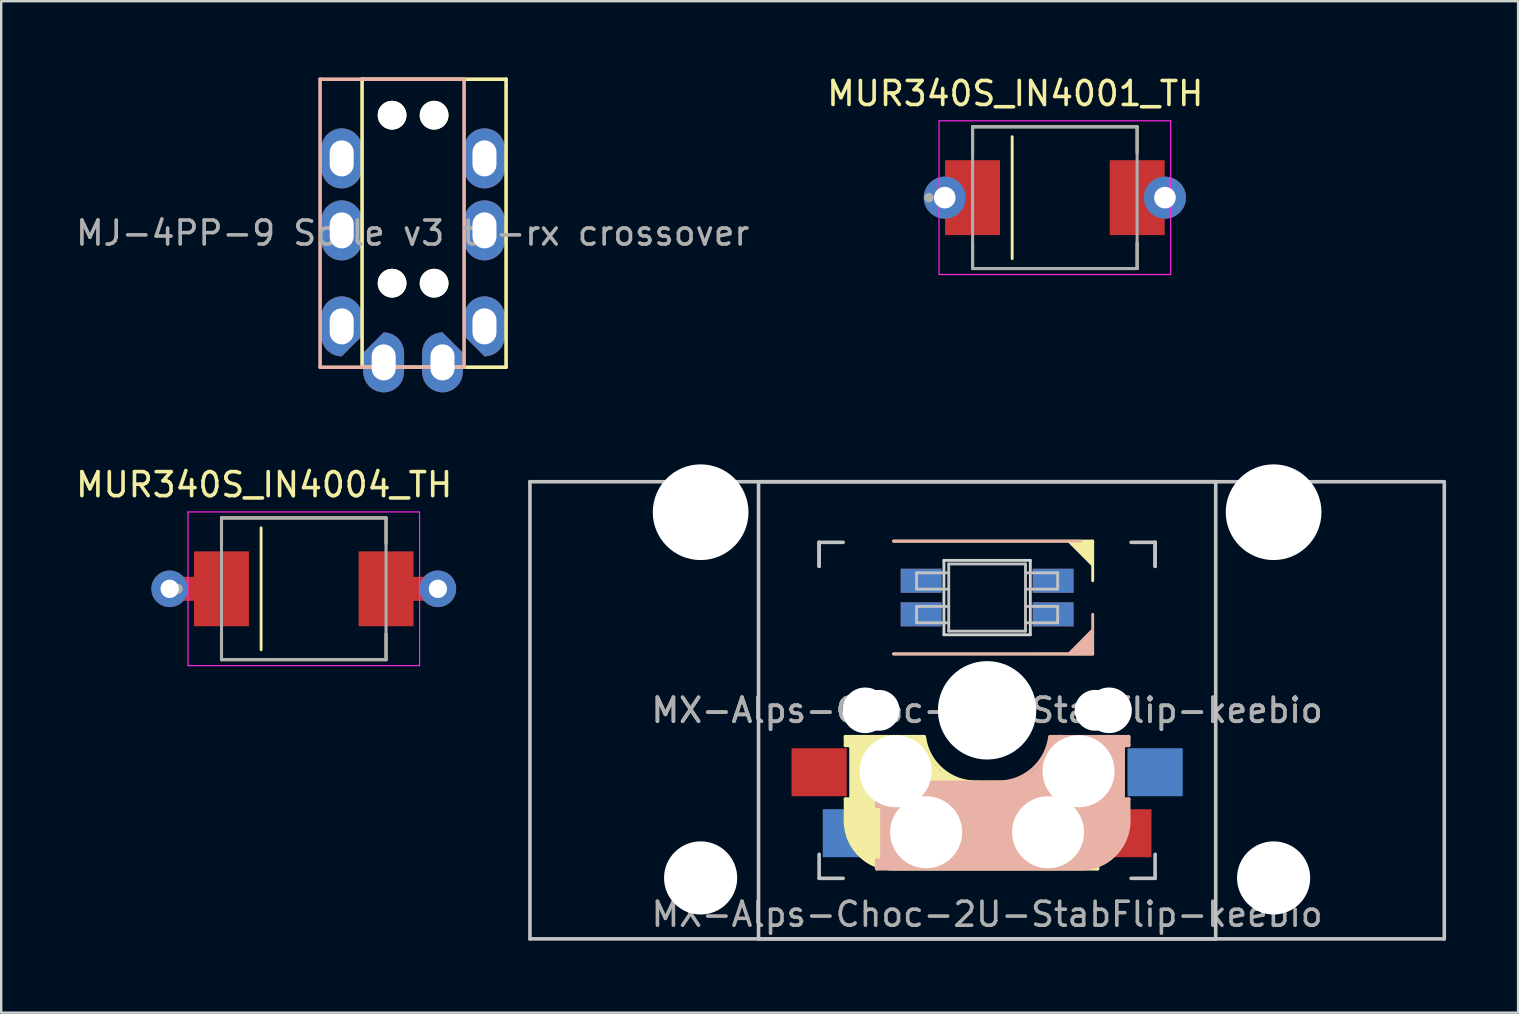
<source format=kicad_pcb>
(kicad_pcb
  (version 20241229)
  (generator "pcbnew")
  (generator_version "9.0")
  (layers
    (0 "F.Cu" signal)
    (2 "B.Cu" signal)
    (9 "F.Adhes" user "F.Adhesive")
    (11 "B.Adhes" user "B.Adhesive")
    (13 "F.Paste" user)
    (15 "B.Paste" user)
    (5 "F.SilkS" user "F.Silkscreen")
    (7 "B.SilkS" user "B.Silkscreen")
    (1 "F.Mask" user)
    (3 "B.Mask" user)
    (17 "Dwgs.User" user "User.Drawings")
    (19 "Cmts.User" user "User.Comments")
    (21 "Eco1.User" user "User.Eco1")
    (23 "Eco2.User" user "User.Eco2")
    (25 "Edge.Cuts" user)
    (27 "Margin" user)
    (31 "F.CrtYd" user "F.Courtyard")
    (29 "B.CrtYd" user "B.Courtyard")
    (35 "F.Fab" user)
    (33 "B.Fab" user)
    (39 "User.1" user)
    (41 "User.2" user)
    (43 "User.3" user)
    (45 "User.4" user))
  (footprint "MUR340S_IN4004_TH"
    (layer "F.Cu")
    (at 9.608 21.486)
    (property "Reference" "MUR340S_IN4004_TH" (at -1.65 -4.338 0) (layer "F.SilkS") (effects (font (size 1 1) (thickness 0.15))))
    (attr through_hole)
    (fp_line (start -3.428 -2.953) (end -3.428 -1.88) (stroke (width 0.127) (type solid)) (layer "F.SilkS"))
    (fp_line (start -3.428 2.953) (end -3.428 1.88) (stroke (width 0.127) (type solid)) (layer "F.SilkS"))
    (fp_line (start -3.428 2.953) (end 3.428 2.953) (stroke (width 0.127) (type solid)) (layer "F.SilkS"))
    (fp_line (start -1.778 -2.54) (end -1.778 2.54) (stroke (width 0.12) (type solid)) (layer "F.SilkS"))
    (fp_line (start 3.428 -2.953) (end -3.428 -2.953) (stroke (width 0.127) (type solid)) (layer "F.SilkS"))
    (fp_line (start 3.428 -1.88) (end 3.428 -2.953) (stroke (width 0.127) (type solid)) (layer "F.SilkS"))
    (fp_line (start 3.428 2.953) (end 3.428 1.88) (stroke (width 0.127) (type solid)) (layer "F.SilkS"))
    (fp_circle (center -5.25 0) (end -5.15 0) (stroke (width 0.2) (type solid)) (fill no) (layer "F.SilkS"))
    (fp_line (start -4.825 -3.203) (end -4.825 3.203) (stroke (width 0.05) (type solid)) (layer "F.CrtYd"))
    (fp_line (start -4.825 3.203) (end 4.825 3.203) (stroke (width 0.05) (type solid)) (layer "F.CrtYd"))
    (fp_line (start 4.825 -3.203) (end -4.825 -3.203) (stroke (width 0.05) (type solid)) (layer "F.CrtYd"))
    (fp_line (start 4.825 3.203) (end 4.825 -3.203) (stroke (width 0.05) (type solid)) (layer "F.CrtYd"))
    (fp_line (start -3.428 -2.953) (end -3.428 2.953) (stroke (width 0.127) (type solid)) (layer "F.Fab"))
    (fp_line (start -3.428 2.953) (end 3.428 2.953) (stroke (width 0.127) (type solid)) (layer "F.Fab"))
    (fp_line (start 3.428 -2.953) (end -3.428 -2.953) (stroke (width 0.127) (type solid)) (layer "F.Fab"))
    (fp_line (start 3.428 2.953) (end 3.428 -2.953) (stroke (width 0.127) (type solid)) (layer "F.Fab"))
    (fp_circle (center -5.25 0) (end -5.15 0) (stroke (width 0.2) (type solid)) (fill no) (layer "F.Fab"))
    (pad "A" smd rect (at 3.43 0) (size 2.29 3.12) (layers "F.Cu" "F.Mask" "F.Paste"))
    (pad "A" smd rect (at 4.575 0) (size 2 1) (layers "F.Cu"))
    (pad "A" thru_hole circle (at 5.588 0) (size 1.524 1.524) (drill 0.762) (layers "*.Cu" "*.Mask"))
    (pad "C" thru_hole circle (at -5.588 0) (size 1.524 1.524) (drill 0.762) (layers "*.Cu" "*.Mask"))
    (pad "C" smd rect (at -4.826 0) (size 2 1) (layers "F.Cu"))
    (pad "C" smd rect (at -3.43 0) (size 2.29 3.12) (layers "F.Cu" "F.Mask" "F.Paste")))
  (footprint "MX-Alps-Choc-2U-StabFlip-keebio"
    (layer "F.Cu")
    (at 38.083 26.549)
    (property "Reference" "MX-Alps-Choc-2U-StabFlip-keebio" (at 0 8.5 0) (layer "F.Fab") (effects (font (size 1 1) (thickness 0.15))))
    (attr through_hole)
    (fp_line (start -5.9 1.1) (end -5.9 1.46) (stroke (width 0.15) (type solid)) (layer "F.SilkS"))
    (fp_line (start -5.9 1.1) (end -2.62 1.1) (stroke (width 0.15) (type solid)) (layer "F.SilkS"))
    (fp_line (start -5.9 3.7) (end -5.7 3.7) (stroke (width 0.15) (type solid)) (layer "F.SilkS"))
    (fp_line (start -5.9 4.7) (end -5.9 3.7) (stroke (width 0.15) (type solid)) (layer "F.SilkS"))
    (fp_line (start -5.8 3.8) (end -5.8 4.7) (stroke (width 0.3) (type solid)) (layer "F.SilkS"))
    (fp_line (start -5.7 1.3) (end -3 1.3) (stroke (width 0.5) (type solid)) (layer "F.SilkS"))
    (fp_line (start -5.7 1.46) (end -5.9 1.46) (stroke (width 0.15) (type solid)) (layer "F.SilkS"))
    (fp_line (start -5.67 3.7) (end -5.67 1.46) (stroke (width 0.15) (type solid)) (layer "F.SilkS"))
    (fp_line (start -5.3 1.6) (end -5.3 3.4) (stroke (width 0.8) (type solid)) (layer "F.SilkS"))
    (fp_line (start -4.17 5.1) (end -4.17 2.86) (stroke (width 3) (type solid)) (layer "F.SilkS"))
    (fp_line (start -3.9 -7.052) (end 4.4 -7.052) (stroke (width 0.12) (type solid)) (layer "F.SilkS"))
    (fp_line (start -0.4 3) (end 4.6 3) (stroke (width 0.15) (type solid)) (layer "F.SilkS"))
    (fp_line (start 2.6 4.8) (end -4.1 4.8) (stroke (width 3.5) (type solid)) (layer "F.SilkS"))
    (fp_line (start 3.9 6) (end 3.9 3.5) (stroke (width 1) (type solid)) (layer "F.SilkS"))
    (fp_line (start 4.3 3.3) (end 2.9 3.3) (stroke (width 0.5) (type solid)) (layer "F.SilkS"))
    (fp_line (start 4.38 4) (end 4.38 6.25) (stroke (width 0.15) (type solid)) (layer "F.SilkS"))
    (fp_line (start 4.4 -7.052) (end 4.4 -5.401) (stroke (width 0.12) (type solid)) (layer "F.SilkS"))
    (fp_line (start 4.4 -2.349) (end -3.9 -2.352) (stroke (width 0.12) (type solid)) (layer "F.SilkS"))
    (fp_line (start 4.4 3.9) (end 4.4 3.2) (stroke (width 0.4) (type solid)) (layer "F.SilkS"))
    (fp_line (start 4.4 6.25) (end 4.6 6.25) (stroke (width 0.15) (type solid)) (layer "F.SilkS"))
    (fp_line (start 4.4 6.4) (end 3 6.4) (stroke (width 0.4) (type solid)) (layer "F.SilkS"))
    (fp_line (start 4.6 3) (end 4.6 4) (stroke (width 0.15) (type solid)) (layer "F.SilkS"))
    (fp_line (start 4.6 4) (end 4.4 4) (stroke (width 0.15) (type solid)) (layer "F.SilkS"))
    (fp_line (start 4.6 6.25) (end 4.6 6.6) (stroke (width 0.15) (type solid)) (layer "F.SilkS"))
    (fp_line (start 4.6 6.6) (end -3.8 6.6) (stroke (width 0.15) (type solid)) (layer "F.SilkS"))
    (fp_arc (start -3.8 6.600001) (mid -5.243504 6.084925) (end -5.900001 4.7) (stroke (width 0.15) (type solid)) (layer "F.SilkS"))
    (fp_arc (start -0.8 3.4) (mid -2.268709 2.886118) (end -3.016318 1.521471) (stroke (width 1) (type solid)) (layer "F.SilkS"))
    (fp_arc (start -0.4 3) (mid -1.868709 2.486118) (end -2.616318 1.121471) (stroke (width 0.15) (type solid)) (layer "F.SilkS"))
    (fp_poly (pts (xy 3.392 -7.049) (xy 4.4 -7.052) (xy 4.4 -6.036)) (stroke (width 0.1) (type solid)) (fill yes) (layer "F.SilkS"))
    (fp_line (start -4.6 3) (end -4.6 4) (stroke (width 0.15) (type solid)) (layer "B.SilkS"))
    (fp_line (start -4.6 4) (end -4.4 4) (stroke (width 0.15) (type solid)) (layer "B.SilkS"))
    (fp_line (start -4.6 6.25) (end -4.6 6.6) (stroke (width 0.15) (type solid)) (layer "B.SilkS"))
    (fp_line (start -4.6 6.6) (end 3.8 6.6) (stroke (width 0.15) (type solid)) (layer "B.SilkS"))
    (fp_line (start -4.4 3.9) (end -4.4 3.2) (stroke (width 0.4) (type solid)) (layer "B.SilkS"))
    (fp_line (start -4.4 6.25) (end -4.6 6.25) (stroke (width 0.15) (type solid)) (layer "B.SilkS"))
    (fp_line (start -4.4 6.4) (end -3 6.4) (stroke (width 0.4) (type solid)) (layer "B.SilkS"))
    (fp_line (start -4.38 4) (end -4.38 6.25) (stroke (width 0.15) (type solid)) (layer "B.SilkS"))
    (fp_line (start -4.3 3.3) (end -2.9 3.3) (stroke (width 0.5) (type solid)) (layer "B.SilkS"))
    (fp_line (start -3.9 -2.349) (end 4.4 -2.349) (stroke (width 0.12) (type solid)) (layer "B.SilkS"))
    (fp_line (start -3.9 6) (end -3.9 3.5) (stroke (width 1) (type solid)) (layer "B.SilkS"))
    (fp_line (start -2.6 4.8) (end 4.1 4.8) (stroke (width 3.5) (type solid)) (layer "B.SilkS"))
    (fp_line (start 0.4 3) (end -4.6 3) (stroke (width 0.15) (type solid)) (layer "B.SilkS"))
    (fp_line (start 3.9 -7.049) (end -3.9 -7.049) (stroke (width 0.12) (type solid)) (layer "B.SilkS"))
    (fp_line (start 4.17 5.1) (end 4.17 2.86) (stroke (width 3) (type solid)) (layer "B.SilkS"))
    (fp_line (start 4.4 -2.349) (end 4.4 -4) (stroke (width 0.12) (type solid)) (layer "B.SilkS"))
    (fp_line (start 5.3 1.6) (end 5.3 3.4) (stroke (width 0.8) (type solid)) (layer "B.SilkS"))
    (fp_line (start 5.67 3.7) (end 5.67 1.46) (stroke (width 0.15) (type solid)) (layer "B.SilkS"))
    (fp_line (start 5.7 1.3) (end 3 1.3) (stroke (width 0.5) (type solid)) (layer "B.SilkS"))
    (fp_line (start 5.7 1.46) (end 5.9 1.46) (stroke (width 0.15) (type solid)) (layer "B.SilkS"))
    (fp_line (start 5.8 3.8) (end 5.8 4.7) (stroke (width 0.3) (type solid)) (layer "B.SilkS"))
    (fp_line (start 5.9 1.1) (end 2.62 1.1) (stroke (width 0.15) (type solid)) (layer "B.SilkS"))
    (fp_line (start 5.9 1.1) (end 5.9 1.46) (stroke (width 0.15) (type solid)) (layer "B.SilkS"))
    (fp_line (start 5.9 3.7) (end 5.7 3.7) (stroke (width 0.15) (type solid)) (layer "B.SilkS"))
    (fp_line (start 5.9 4.7) (end 5.9 3.7) (stroke (width 0.15) (type solid)) (layer "B.SilkS"))
    (fp_arc (start 2.616318 1.121471) (mid 1.868709 2.486118) (end 0.4 3) (stroke (width 0.15) (type solid)) (layer "B.SilkS"))
    (fp_arc (start 3.016318 1.521471) (mid 2.268709 2.886118) (end 0.8 3.4) (stroke (width 1) (type solid)) (layer "B.SilkS"))
    (fp_arc (start 5.9 4.699999) (mid 5.243504 6.084924) (end 3.800001 6.6) (stroke (width 0.15) (type solid)) (layer "B.SilkS"))
    (fp_poly (pts (xy 4.4 -3.365) (xy 4.4 -2.349) (xy 3.392 -2.349)) (stroke (width 0.1) (type solid)) (fill yes) (layer "B.SilkS"))
    (fp_line (start -19.05 -9.525) (end 19.05 -9.525) (stroke (width 0.15) (type solid)) (layer "Dwgs.User"))
    (fp_line (start -19.05 9.525) (end -19.05 -9.525) (stroke (width 0.15) (type solid)) (layer "Dwgs.User"))
    (fp_line (start -9.525 -9.525) (end 9.525 -9.525) (stroke (width 0.15) (type solid)) (layer "Dwgs.User"))
    (fp_line (start -9.525 9.525) (end -9.525 -9.525) (stroke (width 0.15) (type solid)) (layer "Dwgs.User"))
    (fp_line (start -7 -7) (end -7 -6) (stroke (width 0.15) (type solid)) (layer "Dwgs.User"))
    (fp_line (start -7 -7) (end -6 -7) (stroke (width 0.15) (type solid)) (layer "Dwgs.User"))
    (fp_line (start -7 -6) (end -7 -7) (stroke (width 0.15) (type solid)) (layer "Dwgs.User"))
    (fp_line (start -7 7) (end -7 6) (stroke (width 0.15) (type solid)) (layer "Dwgs.User"))
    (fp_line (start -7 7) (end -6 7) (stroke (width 0.15) (type solid)) (layer "Dwgs.User"))
    (fp_line (start -2.94 -5.729) (end -2.94 -5.049) (stroke (width 0.12) (type solid)) (layer "Dwgs.User"))
    (fp_line (start -2.94 -5.049) (end -1.6 -5.049) (stroke (width 0.12) (type solid)) (layer "Dwgs.User"))
    (fp_line (start -2.94 -4.329) (end -2.94 -3.649) (stroke (width 0.12) (type solid)) (layer "Dwgs.User"))
    (fp_line (start -2.94 -3.649) (end -1.6 -3.649) (stroke (width 0.12) (type solid)) (layer "Dwgs.User"))
    (fp_line (start -1.6 -5.729) (end -2.94 -5.729) (stroke (width 0.12) (type solid)) (layer "Dwgs.User"))
    (fp_line (start -1.6 -4.329) (end -2.94 -4.329) (stroke (width 0.12) (type solid)) (layer "Dwgs.User"))
    (fp_line (start -1.6 -3.299) (end -1.6 -6.099) (stroke (width 0.12) (type solid)) (layer "Dwgs.User"))
    (fp_line (start 1.6 -6.099) (end -1.6 -6.099) (stroke (width 0.12) (type solid)) (layer "Dwgs.User"))
    (fp_line (start 1.6 -5.049) (end 2.94 -5.049) (stroke (width 0.12) (type solid)) (layer "Dwgs.User"))
    (fp_line (start 1.6 -3.649) (end 2.94 -3.649) (stroke (width 0.12) (type solid)) (layer "Dwgs.User"))
    (fp_line (start 1.6 -3.299) (end -1.6 -3.299) (stroke (width 0.12) (type solid)) (layer "Dwgs.User"))
    (fp_line (start 1.6 -3.299) (end 1.6 -6.099) (stroke (width 0.12) (type solid)) (layer "Dwgs.User"))
    (fp_line (start 2.94 -5.729) (end 1.6 -5.729) (stroke (width 0.12) (type solid)) (layer "Dwgs.User"))
    (fp_line (start 2.94 -5.049) (end 2.94 -5.729) (stroke (width 0.12) (type solid)) (layer "Dwgs.User"))
    (fp_line (start 2.94 -4.329) (end 1.6 -4.329) (stroke (width 0.12) (type solid)) (layer "Dwgs.User"))
    (fp_line (start 2.94 -3.649) (end 2.94 -4.329) (stroke (width 0.12) (type solid)) (layer "Dwgs.User"))
    (fp_line (start 7 -7) (end 6 -7) (stroke (width 0.15) (type solid)) (layer "Dwgs.User"))
    (fp_line (start 7 -6) (end 7 -7) (stroke (width 0.15) (type solid)) (layer "Dwgs.User"))
    (fp_line (start 7 -6) (end 7 -7) (stroke (width 0.15) (type solid)) (layer "Dwgs.User"))
    (fp_line (start 7 6) (end 7 7) (stroke (width 0.15) (type solid)) (layer "Dwgs.User"))
    (fp_line (start 7 7) (end 6 7) (stroke (width 0.15) (type solid)) (layer "Dwgs.User"))
    (fp_line (start 9.525 -9.525) (end 9.525 9.525) (stroke (width 0.15) (type solid)) (layer "Dwgs.User"))
    (fp_line (start 9.525 9.525) (end -9.525 9.525) (stroke (width 0.15) (type solid)) (layer "Dwgs.User"))
    (fp_line (start 19.05 -9.525) (end 19.05 9.525) (stroke (width 0.15) (type solid)) (layer "Dwgs.User"))
    (fp_line (start 19.05 9.525) (end -19.05 9.525) (stroke (width 0.15) (type solid)) (layer "Dwgs.User"))
    (fp_line (start -1.8 -6.249) (end -1.8 -3.149) (stroke (width 0.12) (type solid)) (layer "Edge.Cuts"))
    (fp_line (start -1.8 -3.149) (end 1.8 -3.149) (stroke (width 0.12) (type solid)) (layer "Edge.Cuts"))
    (fp_line (start 1.8 -6.249) (end -1.8 -6.249) (stroke (width 0.12) (type solid)) (layer "Edge.Cuts"))
    (fp_line (start 1.8 -3.149) (end 1.8 -6.249) (stroke (width 0.12) (type solid)) (layer "Edge.Cuts"))
    (fp_text user "${REFERENCE}" (at 0 0 180) (layer "F.Fab") (effects (font (size 1 1) (thickness 0.15))))
    (fp_text user "${REFERENCE}" (at 0 0 180) (layer "F.Fab") (effects (font (size 1 1) (thickness 0.15))))
    (pad "" np_thru_hole circle (at -11.938 -8.255) (size 3.988 3.988) (drill 3.988) (layers "*.Cu" "*.Mask"))
    (pad "" np_thru_hole circle (at -11.938 6.985) (size 3.048 3.048) (drill 3.048) (layers "*.Cu" "*.Mask"))
    (pad "" np_thru_hole circle (at -5.08 0 180) (size 1.9 1.9) (drill 1.9) (layers "*.Cu" "*.Mask"))
    (pad "" np_thru_hole circle (at -4.5 0 180) (size 1.7 1.7) (drill 1.7) (layers "*.Cu" "*.Mask"))
    (pad "" np_thru_hole circle (at -3.81 2.54) (size 3 3) (drill 3) (layers "*.Cu" "*.Mask"))
    (pad "" np_thru_hole circle (at -2.54 5.08) (size 3 3) (drill 3) (layers "*.Cu" "*.Mask"))
    (pad "" np_thru_hole circle (at 0 0 270) (size 4.1 4.1) (drill 4.1) (layers "*.Cu" "*.Mask"))
    (pad "" np_thru_hole circle (at 2.54 5.08) (size 3 3) (drill 3) (layers "*.Cu" "*.Mask"))
    (pad "" np_thru_hole circle (at 3.81 2.54) (size 3 3) (drill 3) (layers "*.Cu" "*.Mask"))
    (pad "" np_thru_hole circle (at 4.5 0 180) (size 1.7 1.7) (drill 1.7) (layers "*.Cu" "*.Mask"))
    (pad "" np_thru_hole circle (at 5.08 0 180) (size 1.9 1.9) (drill 1.9) (layers "*.Cu" "*.Mask"))
    (pad "" np_thru_hole circle (at 11.938 -8.255) (size 3.988 3.988) (drill 3.988) (layers "*.Cu" "*.Mask"))
    (pad "" np_thru_hole circle (at 11.938 6.985) (size 3.048 3.048) (drill 3.048) (layers "*.Cu" "*.Mask"))
    (pad "1" smd rect (at -2.75 -5.399 180) (size 1.7 1) (layers "B.Cu" "B.Mask" "B.Paste"))
    (pad "1" smd rect (at -2.75 -3.999 180) (size 1.7 1) (layers "F.Cu" "F.Mask" "F.Paste"))
    (pad "2" smd rect (at -2.75 -5.399 180) (size 1.7 1) (layers "F.Cu" "F.Mask" "F.Paste"))
    (pad "2" smd rect (at -2.75 -3.999 180) (size 1.7 1) (layers "B.Cu" "B.Mask" "B.Paste"))
    (pad "3" smd rect (at 2.75 -5.399 180) (size 1.7 1) (layers "F.Cu" "F.Mask" "F.Paste"))
    (pad "3" smd rect (at 2.75 -3.999 180) (size 1.7 1) (layers "B.Cu" "B.Mask" "B.Paste"))
    (pad "4" smd rect (at 2.75 -5.399 180) (size 1.7 1) (layers "B.Cu" "B.Mask" "B.Paste"))
    (pad "4" smd rect (at 2.75 -3.999 180) (size 1.7 1) (layers "F.Cu" "F.Mask" "F.Paste"))
    (pad "5" smd rect (at -5.7 5.12) (size 2.3 2) (layers "B.Cu" "B.Mask" "B.Paste"))
    (pad "5" smd rect (at 5.7 5.12) (size 2.3 2) (layers "F.Cu" "F.Mask" "F.Paste"))
    (pad "6" smd rect (at -7 2.58) (size 2.3 2) (layers "F.Cu" "F.Mask" "F.Paste"))
    (pad "6" smd rect (at 7 2.58) (size 2.3 2) (layers "B.Cu" "B.Mask" "B.Paste")))
  (footprint "MUR340S_IN4001_TH"
    (layer "F.Cu")
    (at 40.906 5.186)
    (property "Reference" "MUR340S_IN4001_TH" (at -1.65 -4.338 0) (layer "F.SilkS") (effects (font (size 1 1) (thickness 0.15))))
    (attr through_hole)
    (fp_line (start -3.428 -2.953) (end -3.428 -1.88) (stroke (width 0.127) (type solid)) (layer "F.SilkS"))
    (fp_line (start -3.428 2.953) (end -3.428 1.88) (stroke (width 0.127) (type solid)) (layer "F.SilkS"))
    (fp_line (start -3.428 2.953) (end 3.428 2.953) (stroke (width 0.127) (type solid)) (layer "F.SilkS"))
    (fp_line (start -1.778 -2.54) (end -1.778 2.54) (stroke (width 0.12) (type solid)) (layer "F.SilkS"))
    (fp_line (start 3.428 -2.953) (end -3.428 -2.953) (stroke (width 0.127) (type solid)) (layer "F.SilkS"))
    (fp_line (start 3.428 -1.88) (end 3.428 -2.953) (stroke (width 0.127) (type solid)) (layer "F.SilkS"))
    (fp_line (start 3.428 2.953) (end 3.428 1.88) (stroke (width 0.127) (type solid)) (layer "F.SilkS"))
    (fp_line (start -4.825 -3.203) (end -4.825 3.203) (stroke (width 0.05) (type solid)) (layer "F.CrtYd"))
    (fp_line (start -4.825 3.203) (end 4.825 3.203) (stroke (width 0.05) (type solid)) (layer "F.CrtYd"))
    (fp_line (start 4.825 -3.203) (end -4.825 -3.203) (stroke (width 0.05) (type solid)) (layer "F.CrtYd"))
    (fp_line (start 4.825 3.203) (end 4.825 -3.203) (stroke (width 0.05) (type solid)) (layer "F.CrtYd"))
    (fp_line (start -3.428 -2.953) (end -3.428 2.953) (stroke (width 0.127) (type solid)) (layer "F.Fab"))
    (fp_line (start -3.428 2.953) (end 3.428 2.953) (stroke (width 0.127) (type solid)) (layer "F.Fab"))
    (fp_line (start 3.428 -2.953) (end -3.428 -2.953) (stroke (width 0.127) (type solid)) (layer "F.Fab"))
    (fp_line (start 3.428 2.953) (end 3.428 -2.953) (stroke (width 0.127) (type solid)) (layer "F.Fab"))
    (fp_circle (center -5.25 0) (end -5.15 0) (stroke (width 0.2) (type solid)) (fill no) (layer "F.Fab"))
    (pad "A" smd rect (at 3.43 0) (size 2.29 3.12) (layers "F.Cu" "F.Mask" "F.Paste"))
    (pad "A" thru_hole circle (at 4.588 0) (size 1.75 1.75) (drill 0.9) (layers "*.Cu" "*.Mask"))
    (pad "C" thru_hole circle (at -4.588 0) (size 1.75 1.75) (drill 0.9) (layers "*.Cu" "*.Mask"))
    (pad "C" smd rect (at -3.43 0) (size 2.29 3.12) (layers "F.Cu" "F.Mask" "F.Paste")))
  (footprint "MJ-4PP-9 Sofle v3 tx-rx crossover"
    (layer "F.Cu")
    (at 15.038 0.25)
    (property "Reference" "MJ-4PP-9 Sofle v3 tx-rx crossover" (at -0.889 6.413 0) (layer "F.Fab") (effects (font (size 1 1) (thickness 0.15))))
    (attr through_hole)
    (fp_line (start -3 0) (end -3 12) (stroke (width 0.15) (type solid)) (layer "F.SilkS"))
    (fp_line (start -3 12) (end 3 12) (stroke (width 0.15) (type solid)) (layer "F.SilkS"))
    (fp_line (start 3 0) (end -3 0) (stroke (width 0.15) (type solid)) (layer "F.SilkS"))
    (fp_line (start 3 12) (end 3 0) (stroke (width 0.15) (type solid)) (layer "F.SilkS"))
    (fp_line (start -4.75 0) (end 1.25 0) (stroke (width 0.15) (type solid)) (layer "B.SilkS"))
    (fp_line (start -4.75 12) (end -4.75 0) (stroke (width 0.15) (type solid)) (layer "B.SilkS"))
    (fp_line (start -4.75 12) (end 1.25 12) (stroke (width 0.15) (type solid)) (layer "B.SilkS"))
    (fp_line (start 1.25 0) (end 1.25 12) (stroke (width 0.15) (type solid)) (layer "B.SilkS"))
    (pad "" np_thru_hole circle (at -1.75 1.5) (size 1.2 1.2) (drill 1.2) (layers "*.Cu" "*.Mask" "F.SilkS"))
    (pad "" np_thru_hole circle (at -1.75 8.5) (size 1.2 1.2) (drill 1.2) (layers "*.Cu" "*.Mask" "F.SilkS"))
    (pad "" np_thru_hole circle (at 0 1.5) (size 1.2 1.2) (drill 1.2) (layers "*.Cu" "*.Mask" "F.SilkS"))
    (pad "" np_thru_hole circle (at 0 8.5) (size 1.2 1.2) (drill 1.2) (layers "*.Cu" "*.Mask" "F.SilkS"))
    (pad "1" thru_hole roundrect (at -2.1 11.8) (size 1.7 2.5) (drill oval 1 1.5) (layers "*.Cu" "B.Mask") (roundrect_rratio 0.5) (chamfer_ratio 0.5) (chamfer top_left))
    (pad "1" thru_hole roundrect (at 0.35 11.8) (size 1.7 2.5) (drill oval 1 1.5) (layers "*.Cu" "F.Mask") (roundrect_rratio 0.5) (chamfer_ratio 0.5) (chamfer top_right))
    (pad "2" thru_hole roundrect (at -3.85 10.3) (size 1.7 2.5) (drill oval 1 1.5) (layers "*.Cu" "F.Mask") (roundrect_rratio 0.5) (chamfer_ratio 0.5) (chamfer bottom_right))
    (pad "2" thru_hole roundrect (at 2.1 10.3) (size 1.7 2.5) (drill oval 1 1.5) (layers "*.Cu" "B.Mask") (roundrect_rratio 0.5) (chamfer_ratio 0.5) (chamfer bottom_left))
    (pad "3" thru_hole oval (at -3.85 3.3) (size 1.7 2.5) (drill oval 1 1.5) (layers "*.Cu" "F.Mask"))
    (pad "3" thru_hole oval (at 2.1 6.3) (size 1.7 2.5) (drill oval 1 1.5) (layers "*.Cu" "B.Mask"))
    (pad "4" thru_hole oval (at -3.85 6.3) (size 1.7 2.5) (drill oval 1 1.5) (layers "*.Cu" "F.Mask"))
    (pad "4" thru_hole oval (at 2.1 3.3) (size 1.7 2.5) (drill oval 1 1.5) (layers "*.Cu" "B.Mask")))
  (gr_rect
    (start -3 -3)
    (end 60.208 39.149)
    (stroke (width 0.1) (type default))
    (fill no)
    (layer "Edge.Cuts")))
</source>
